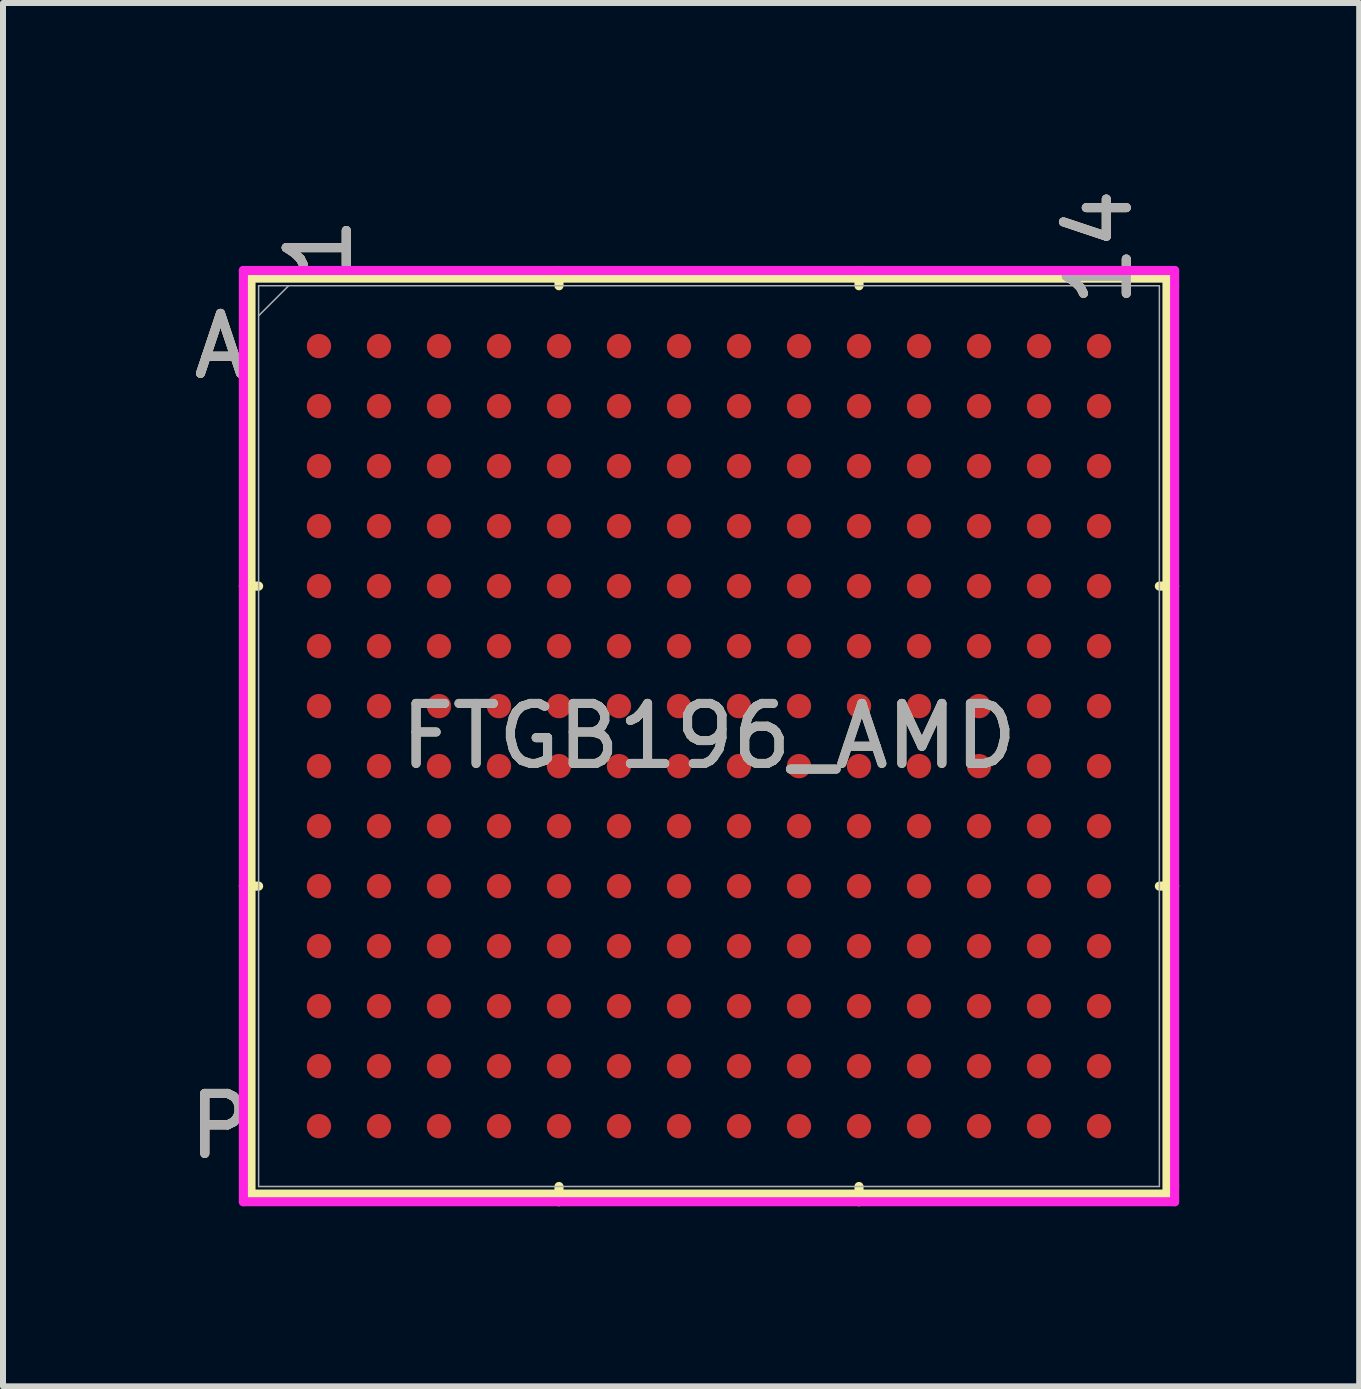
<source format=kicad_pcb>
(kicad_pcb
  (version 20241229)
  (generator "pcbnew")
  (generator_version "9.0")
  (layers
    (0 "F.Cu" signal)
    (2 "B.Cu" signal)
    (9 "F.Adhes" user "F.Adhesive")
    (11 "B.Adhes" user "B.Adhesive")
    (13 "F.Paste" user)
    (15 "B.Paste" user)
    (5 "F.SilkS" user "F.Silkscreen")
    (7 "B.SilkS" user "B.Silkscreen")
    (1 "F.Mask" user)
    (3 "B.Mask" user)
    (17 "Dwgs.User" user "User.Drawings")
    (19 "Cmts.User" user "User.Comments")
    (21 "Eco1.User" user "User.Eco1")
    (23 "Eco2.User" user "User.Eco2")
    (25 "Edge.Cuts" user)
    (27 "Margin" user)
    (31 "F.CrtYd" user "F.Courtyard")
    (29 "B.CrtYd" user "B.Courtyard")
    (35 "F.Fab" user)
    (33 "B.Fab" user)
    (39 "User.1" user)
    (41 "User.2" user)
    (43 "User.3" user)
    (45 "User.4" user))
  (footprint "FTGB196_AMD"
    (layer "F.Cu")
    (at 8.766 9.218)
    (property "Reference" "FTGB196_AMD" (at 0 0 0) (unlocked yes) (layer "F.SilkS") (effects (font (size 1 1) (thickness 0.15))))
    (attr smd)
    (fp_line (start -7.633 -7.633) (end -7.633 7.633) (stroke (width 0.152) (type solid)) (layer "F.SilkS"))
    (fp_line (start -7.633 7.633) (end 7.633 7.633) (stroke (width 0.152) (type solid)) (layer "F.SilkS"))
    (fp_line (start -7.506 -2.5) (end -7.76 -2.5) (stroke (width 0.152) (type solid)) (layer "F.SilkS"))
    (fp_line (start -7.506 2.5) (end -7.76 2.5) (stroke (width 0.152) (type solid)) (layer "F.SilkS"))
    (fp_line (start -2.5 -7.506) (end -2.5 -7.76) (stroke (width 0.152) (type solid)) (layer "F.SilkS"))
    (fp_line (start -2.5 7.506) (end -2.5 7.76) (stroke (width 0.152) (type solid)) (layer "F.SilkS"))
    (fp_line (start 2.5 -7.506) (end 2.5 -7.76) (stroke (width 0.152) (type solid)) (layer "F.SilkS"))
    (fp_line (start 2.5 7.506) (end 2.5 7.76) (stroke (width 0.152) (type solid)) (layer "F.SilkS"))
    (fp_line (start 7.506 -2.5) (end 7.76 -2.5) (stroke (width 0.152) (type solid)) (layer "F.SilkS"))
    (fp_line (start 7.506 2.5) (end 7.76 2.5) (stroke (width 0.152) (type solid)) (layer "F.SilkS"))
    (fp_line (start 7.633 -7.633) (end -7.633 -7.633) (stroke (width 0.152) (type solid)) (layer "F.SilkS"))
    (fp_line (start 7.633 7.633) (end 7.633 -7.633) (stroke (width 0.152) (type solid)) (layer "F.SilkS"))
    (fp_poly (pts (xy -7.508 -7.508) (xy 7.508 -7.508) (xy 7.508 7.508) (xy -7.508 7.508)) (stroke (width 0.1) (type solid)) (fill no) (layer "Eco2.User"))
    (fp_line (start -7.76 -7.76) (end 7.76 -7.76) (stroke (width 0.152) (type solid)) (layer "F.CrtYd"))
    (fp_line (start -7.76 7.76) (end -7.76 -7.76) (stroke (width 0.152) (type solid)) (layer "F.CrtYd"))
    (fp_line (start 7.76 -7.76) (end 7.76 7.76) (stroke (width 0.152) (type solid)) (layer "F.CrtYd"))
    (fp_line (start 7.76 7.76) (end -7.76 7.76) (stroke (width 0.152) (type solid)) (layer "F.CrtYd"))
    (fp_line (start -7.506 -7.506) (end -7.506 7.506) (stroke (width 0.025) (type solid)) (layer "F.Fab"))
    (fp_line (start -7.506 7.506) (end 7.506 7.506) (stroke (width 0.025) (type solid)) (layer "F.Fab"))
    (fp_line (start -7.006 -7.506) (end -7.506 -7.006) (stroke (width 0.025) (type solid)) (layer "F.Fab"))
    (fp_line (start 7.506 -7.506) (end -7.506 -7.506) (stroke (width 0.025) (type solid)) (layer "F.Fab"))
    (fp_line (start 7.506 7.506) (end 7.506 -7.506) (stroke (width 0.025) (type solid)) (layer "F.Fab"))
    (fp_text user "1" (at -6.5 -8.141 90) (unlocked yes) (layer "F.SilkS") (effects (font (size 1 1) (thickness 0.15))))
    (fp_text user "14" (at 6.5 -8.141 90) (unlocked yes) (layer "F.SilkS") (effects (font (size 1 1) (thickness 0.15))))
    (fp_text user "P" (at -8.141 6.5 0) (unlocked yes) (layer "F.SilkS") (effects (font (size 1 1) (thickness 0.15))))
    (fp_text user "A" (at -8.141 -6.5 0) (unlocked yes) (layer "F.SilkS") (effects (font (size 1 1) (thickness 0.15))))
    (fp_text user "A" (at -8.141 -6.5 0) (unlocked yes) (layer "B.SilkS") (effects (font (size 1 1) (thickness 0.15))))
    (fp_text user "1" (at -6.5 -8.141 90) (unlocked yes) (layer "B.SilkS") (effects (font (size 1 1) (thickness 0.15))))
    (fp_text user "P" (at -8.141 6.5 0) (unlocked yes) (layer "B.SilkS") (effects (font (size 1 1) (thickness 0.15))))
    (fp_text user "14" (at 6.5 -8.141 90) (unlocked yes) (layer "B.SilkS") (effects (font (size 1 1) (thickness 0.15))))
    (fp_text user "A" (at -8.141 -6.5 0) (unlocked yes) (layer "F.Fab") (effects (font (size 1 1) (thickness 0.15))))
    (fp_text user "14" (at 6.5 -8.141 90) (unlocked yes) (layer "F.Fab") (effects (font (size 1 1) (thickness 0.15))))
    (fp_text user "P" (at -8.141 6.5 0) (unlocked yes) (layer "F.Fab") (effects (font (size 1 1) (thickness 0.15))))
    (fp_text user "${REFERENCE}" (at 0 0 0) (unlocked yes) (layer "F.Fab") (effects (font (size 1 1) (thickness 0.15))))
    (fp_text user "1" (at -6.5 -8.141 90) (unlocked yes) (layer "F.Fab") (effects (font (size 1 1) (thickness 0.15))))
    (pad "A1" smd circle (at -6.5 -6.5) (size 0.406 0.406) (layers "F.Cu" "F.Mask" "F.Paste"))
    (pad "A2" smd circle (at -5.5 -6.5) (size 0.406 0.406) (layers "F.Cu" "F.Mask" "F.Paste"))
    (pad "A3" smd circle (at -4.5 -6.5) (size 0.406 0.406) (layers "F.Cu" "F.Mask" "F.Paste"))
    (pad "A4" smd circle (at -3.5 -6.5) (size 0.406 0.406) (layers "F.Cu" "F.Mask" "F.Paste"))
    (pad "A5" smd circle (at -2.5 -6.5) (size 0.406 0.406) (layers "F.Cu" "F.Mask" "F.Paste"))
    (pad "A6" smd circle (at -1.5 -6.5) (size 0.406 0.406) (layers "F.Cu" "F.Mask" "F.Paste"))
    (pad "A7" smd circle (at -0.5 -6.5) (size 0.406 0.406) (layers "F.Cu" "F.Mask" "F.Paste"))
    (pad "A8" smd circle (at 0.5 -6.5) (size 0.406 0.406) (layers "F.Cu" "F.Mask" "F.Paste"))
    (pad "A9" smd circle (at 1.5 -6.5) (size 0.406 0.406) (layers "F.Cu" "F.Mask" "F.Paste"))
    (pad "A10" smd circle (at 2.5 -6.5) (size 0.406 0.406) (layers "F.Cu" "F.Mask" "F.Paste"))
    (pad "A11" smd circle (at 3.5 -6.5) (size 0.406 0.406) (layers "F.Cu" "F.Mask" "F.Paste"))
    (pad "A12" smd circle (at 4.5 -6.5) (size 0.406 0.406) (layers "F.Cu" "F.Mask" "F.Paste"))
    (pad "A13" smd circle (at 5.5 -6.5) (size 0.406 0.406) (layers "F.Cu" "F.Mask" "F.Paste"))
    (pad "A14" smd circle (at 6.5 -6.5) (size 0.406 0.406) (layers "F.Cu" "F.Mask" "F.Paste"))
    (pad "B1" smd circle (at -6.5 -5.5) (size 0.406 0.406) (layers "F.Cu" "F.Mask" "F.Paste"))
    (pad "B2" smd circle (at -5.5 -5.5) (size 0.406 0.406) (layers "F.Cu" "F.Mask" "F.Paste"))
    (pad "B3" smd circle (at -4.5 -5.5) (size 0.406 0.406) (layers "F.Cu" "F.Mask" "F.Paste"))
    (pad "B4" smd circle (at -3.5 -5.5) (size 0.406 0.406) (layers "F.Cu" "F.Mask" "F.Paste"))
    (pad "B5" smd circle (at -2.5 -5.5) (size 0.406 0.406) (layers "F.Cu" "F.Mask" "F.Paste"))
    (pad "B6" smd circle (at -1.5 -5.5) (size 0.406 0.406) (layers "F.Cu" "F.Mask" "F.Paste"))
    (pad "B7" smd circle (at -0.5 -5.5) (size 0.406 0.406) (layers "F.Cu" "F.Mask" "F.Paste"))
    (pad "B8" smd circle (at 0.5 -5.5) (size 0.406 0.406) (layers "F.Cu" "F.Mask" "F.Paste"))
    (pad "B9" smd circle (at 1.5 -5.5) (size 0.406 0.406) (layers "F.Cu" "F.Mask" "F.Paste"))
    (pad "B10" smd circle (at 2.5 -5.5) (size 0.406 0.406) (layers "F.Cu" "F.Mask" "F.Paste"))
    (pad "B11" smd circle (at 3.5 -5.5) (size 0.406 0.406) (layers "F.Cu" "F.Mask" "F.Paste"))
    (pad "B12" smd circle (at 4.5 -5.5) (size 0.406 0.406) (layers "F.Cu" "F.Mask" "F.Paste"))
    (pad "B13" smd circle (at 5.5 -5.5) (size 0.406 0.406) (layers "F.Cu" "F.Mask" "F.Paste"))
    (pad "B14" smd circle (at 6.5 -5.5) (size 0.406 0.406) (layers "F.Cu" "F.Mask" "F.Paste"))
    (pad "C1" smd circle (at -6.5 -4.5) (size 0.406 0.406) (layers "F.Cu" "F.Mask" "F.Paste"))
    (pad "C2" smd circle (at -5.5 -4.5) (size 0.406 0.406) (layers "F.Cu" "F.Mask" "F.Paste"))
    (pad "C3" smd circle (at -4.5 -4.5) (size 0.406 0.406) (layers "F.Cu" "F.Mask" "F.Paste"))
    (pad "C4" smd circle (at -3.5 -4.5) (size 0.406 0.406) (layers "F.Cu" "F.Mask" "F.Paste"))
    (pad "C5" smd circle (at -2.5 -4.5) (size 0.406 0.406) (layers "F.Cu" "F.Mask" "F.Paste"))
    (pad "C6" smd circle (at -1.5 -4.5) (size 0.406 0.406) (layers "F.Cu" "F.Mask" "F.Paste"))
    (pad "C7" smd circle (at -0.5 -4.5) (size 0.406 0.406) (layers "F.Cu" "F.Mask" "F.Paste"))
    (pad "C8" smd circle (at 0.5 -4.5) (size 0.406 0.406) (layers "F.Cu" "F.Mask" "F.Paste"))
    (pad "C9" smd circle (at 1.5 -4.5) (size 0.406 0.406) (layers "F.Cu" "F.Mask" "F.Paste"))
    (pad "C10" smd circle (at 2.5 -4.5) (size 0.406 0.406) (layers "F.Cu" "F.Mask" "F.Paste"))
    (pad "C11" smd circle (at 3.5 -4.5) (size 0.406 0.406) (layers "F.Cu" "F.Mask" "F.Paste"))
    (pad "C12" smd circle (at 4.5 -4.5) (size 0.406 0.406) (layers "F.Cu" "F.Mask" "F.Paste"))
    (pad "C13" smd circle (at 5.5 -4.5) (size 0.406 0.406) (layers "F.Cu" "F.Mask" "F.Paste"))
    (pad "C14" smd circle (at 6.5 -4.5) (size 0.406 0.406) (layers "F.Cu" "F.Mask" "F.Paste"))
    (pad "D1" smd circle (at -6.5 -3.5) (size 0.406 0.406) (layers "F.Cu" "F.Mask" "F.Paste"))
    (pad "D2" smd circle (at -5.5 -3.5) (size 0.406 0.406) (layers "F.Cu" "F.Mask" "F.Paste"))
    (pad "D3" smd circle (at -4.5 -3.5) (size 0.406 0.406) (layers "F.Cu" "F.Mask" "F.Paste"))
    (pad "D4" smd circle (at -3.5 -3.5) (size 0.406 0.406) (layers "F.Cu" "F.Mask" "F.Paste"))
    (pad "D5" smd circle (at -2.5 -3.5) (size 0.406 0.406) (layers "F.Cu" "F.Mask" "F.Paste"))
    (pad "D6" smd circle (at -1.5 -3.5) (size 0.406 0.406) (layers "F.Cu" "F.Mask" "F.Paste"))
    (pad "D7" smd circle (at -0.5 -3.5) (size 0.406 0.406) (layers "F.Cu" "F.Mask" "F.Paste"))
    (pad "D8" smd circle (at 0.5 -3.5) (size 0.406 0.406) (layers "F.Cu" "F.Mask" "F.Paste"))
    (pad "D9" smd circle (at 1.5 -3.5) (size 0.406 0.406) (layers "F.Cu" "F.Mask" "F.Paste"))
    (pad "D10" smd circle (at 2.5 -3.5) (size 0.406 0.406) (layers "F.Cu" "F.Mask" "F.Paste"))
    (pad "D11" smd circle (at 3.5 -3.5) (size 0.406 0.406) (layers "F.Cu" "F.Mask" "F.Paste"))
    (pad "D12" smd circle (at 4.5 -3.5) (size 0.406 0.406) (layers "F.Cu" "F.Mask" "F.Paste"))
    (pad "D13" smd circle (at 5.5 -3.5) (size 0.406 0.406) (layers "F.Cu" "F.Mask" "F.Paste"))
    (pad "D14" smd circle (at 6.5 -3.5) (size 0.406 0.406) (layers "F.Cu" "F.Mask" "F.Paste"))
    (pad "E1" smd circle (at -6.5 -2.5) (size 0.406 0.406) (layers "F.Cu" "F.Mask" "F.Paste"))
    (pad "E2" smd circle (at -5.5 -2.5) (size 0.406 0.406) (layers "F.Cu" "F.Mask" "F.Paste"))
    (pad "E3" smd circle (at -4.5 -2.5) (size 0.406 0.406) (layers "F.Cu" "F.Mask" "F.Paste"))
    (pad "E4" smd circle (at -3.5 -2.5) (size 0.406 0.406) (layers "F.Cu" "F.Mask" "F.Paste"))
    (pad "E5" smd circle (at -2.5 -2.5) (size 0.406 0.406) (layers "F.Cu" "F.Mask" "F.Paste"))
    (pad "E6" smd circle (at -1.5 -2.5) (size 0.406 0.406) (layers "F.Cu" "F.Mask" "F.Paste"))
    (pad "E7" smd circle (at -0.5 -2.5) (size 0.406 0.406) (layers "F.Cu" "F.Mask" "F.Paste"))
    (pad "E8" smd circle (at 0.5 -2.5) (size 0.406 0.406) (layers "F.Cu" "F.Mask" "F.Paste"))
    (pad "E9" smd circle (at 1.5 -2.5) (size 0.406 0.406) (layers "F.Cu" "F.Mask" "F.Paste"))
    (pad "E10" smd circle (at 2.5 -2.5) (size 0.406 0.406) (layers "F.Cu" "F.Mask" "F.Paste"))
    (pad "E11" smd circle (at 3.5 -2.5) (size 0.406 0.406) (layers "F.Cu" "F.Mask" "F.Paste"))
    (pad "E12" smd circle (at 4.5 -2.5) (size 0.406 0.406) (layers "F.Cu" "F.Mask" "F.Paste"))
    (pad "E13" smd circle (at 5.5 -2.5) (size 0.406 0.406) (layers "F.Cu" "F.Mask" "F.Paste"))
    (pad "E14" smd circle (at 6.5 -2.5) (size 0.406 0.406) (layers "F.Cu" "F.Mask" "F.Paste"))
    (pad "F1" smd circle (at -6.5 -1.5) (size 0.406 0.406) (layers "F.Cu" "F.Mask" "F.Paste"))
    (pad "F2" smd circle (at -5.5 -1.5) (size 0.406 0.406) (layers "F.Cu" "F.Mask" "F.Paste"))
    (pad "F3" smd circle (at -4.5 -1.5) (size 0.406 0.406) (layers "F.Cu" "F.Mask" "F.Paste"))
    (pad "F4" smd circle (at -3.5 -1.5) (size 0.406 0.406) (layers "F.Cu" "F.Mask" "F.Paste"))
    (pad "F5" smd circle (at -2.5 -1.5) (size 0.406 0.406) (layers "F.Cu" "F.Mask" "F.Paste"))
    (pad "F6" smd circle (at -1.5 -1.5) (size 0.406 0.406) (layers "F.Cu" "F.Mask" "F.Paste"))
    (pad "F7" smd circle (at -0.5 -1.5) (size 0.406 0.406) (layers "F.Cu" "F.Mask" "F.Paste"))
    (pad "F8" smd circle (at 0.5 -1.5) (size 0.406 0.406) (layers "F.Cu" "F.Mask" "F.Paste"))
    (pad "F9" smd circle (at 1.5 -1.5) (size 0.406 0.406) (layers "F.Cu" "F.Mask" "F.Paste"))
    (pad "F10" smd circle (at 2.5 -1.5) (size 0.406 0.406) (layers "F.Cu" "F.Mask" "F.Paste"))
    (pad "F11" smd circle (at 3.5 -1.5) (size 0.406 0.406) (layers "F.Cu" "F.Mask" "F.Paste"))
    (pad "F12" smd circle (at 4.5 -1.5) (size 0.406 0.406) (layers "F.Cu" "F.Mask" "F.Paste"))
    (pad "F13" smd circle (at 5.5 -1.5) (size 0.406 0.406) (layers "F.Cu" "F.Mask" "F.Paste"))
    (pad "F14" smd circle (at 6.5 -1.5) (size 0.406 0.406) (layers "F.Cu" "F.Mask" "F.Paste"))
    (pad "G1" smd circle (at -6.5 -0.5) (size 0.406 0.406) (layers "F.Cu" "F.Mask" "F.Paste"))
    (pad "G2" smd circle (at -5.5 -0.5) (size 0.406 0.406) (layers "F.Cu" "F.Mask" "F.Paste"))
    (pad "G3" smd circle (at -4.5 -0.5) (size 0.406 0.406) (layers "F.Cu" "F.Mask" "F.Paste"))
    (pad "G4" smd circle (at -3.5 -0.5) (size 0.406 0.406) (layers "F.Cu" "F.Mask" "F.Paste"))
    (pad "G5" smd circle (at -2.5 -0.5) (size 0.406 0.406) (layers "F.Cu" "F.Mask" "F.Paste"))
    (pad "G6" smd circle (at -1.5 -0.5) (size 0.406 0.406) (layers "F.Cu" "F.Mask" "F.Paste"))
    (pad "G7" smd circle (at -0.5 -0.5) (size 0.406 0.406) (layers "F.Cu" "F.Mask" "F.Paste"))
    (pad "G8" smd circle (at 0.5 -0.5) (size 0.406 0.406) (layers "F.Cu" "F.Mask" "F.Paste"))
    (pad "G9" smd circle (at 1.5 -0.5) (size 0.406 0.406) (layers "F.Cu" "F.Mask" "F.Paste"))
    (pad "G10" smd circle (at 2.5 -0.5) (size 0.406 0.406) (layers "F.Cu" "F.Mask" "F.Paste"))
    (pad "G11" smd circle (at 3.5 -0.5) (size 0.406 0.406) (layers "F.Cu" "F.Mask" "F.Paste"))
    (pad "G12" smd circle (at 4.5 -0.5) (size 0.406 0.406) (layers "F.Cu" "F.Mask" "F.Paste"))
    (pad "G13" smd circle (at 5.5 -0.5) (size 0.406 0.406) (layers "F.Cu" "F.Mask" "F.Paste"))
    (pad "G14" smd circle (at 6.5 -0.5) (size 0.406 0.406) (layers "F.Cu" "F.Mask" "F.Paste"))
    (pad "H1" smd circle (at -6.5 0.5) (size 0.406 0.406) (layers "F.Cu" "F.Mask" "F.Paste"))
    (pad "H2" smd circle (at -5.5 0.5) (size 0.406 0.406) (layers "F.Cu" "F.Mask" "F.Paste"))
    (pad "H3" smd circle (at -4.5 0.5) (size 0.406 0.406) (layers "F.Cu" "F.Mask" "F.Paste"))
    (pad "H4" smd circle (at -3.5 0.5) (size 0.406 0.406) (layers "F.Cu" "F.Mask" "F.Paste"))
    (pad "H5" smd circle (at -2.5 0.5) (size 0.406 0.406) (layers "F.Cu" "F.Mask" "F.Paste"))
    (pad "H6" smd circle (at -1.5 0.5) (size 0.406 0.406) (layers "F.Cu" "F.Mask" "F.Paste"))
    (pad "H7" smd circle (at -0.5 0.5) (size 0.406 0.406) (layers "F.Cu" "F.Mask" "F.Paste"))
    (pad "H8" smd circle (at 0.5 0.5) (size 0.406 0.406) (layers "F.Cu" "F.Mask" "F.Paste"))
    (pad "H9" smd circle (at 1.5 0.5) (size 0.406 0.406) (layers "F.Cu" "F.Mask" "F.Paste"))
    (pad "H10" smd circle (at 2.5 0.5) (size 0.406 0.406) (layers "F.Cu" "F.Mask" "F.Paste"))
    (pad "H11" smd circle (at 3.5 0.5) (size 0.406 0.406) (layers "F.Cu" "F.Mask" "F.Paste"))
    (pad "H12" smd circle (at 4.5 0.5) (size 0.406 0.406) (layers "F.Cu" "F.Mask" "F.Paste"))
    (pad "H13" smd circle (at 5.5 0.5) (size 0.406 0.406) (layers "F.Cu" "F.Mask" "F.Paste"))
    (pad "H14" smd circle (at 6.5 0.5) (size 0.406 0.406) (layers "F.Cu" "F.Mask" "F.Paste"))
    (pad "J1" smd circle (at -6.5 1.5) (size 0.406 0.406) (layers "F.Cu" "F.Mask" "F.Paste"))
    (pad "J2" smd circle (at -5.5 1.5) (size 0.406 0.406) (layers "F.Cu" "F.Mask" "F.Paste"))
    (pad "J3" smd circle (at -4.5 1.5) (size 0.406 0.406) (layers "F.Cu" "F.Mask" "F.Paste"))
    (pad "J4" smd circle (at -3.5 1.5) (size 0.406 0.406) (layers "F.Cu" "F.Mask" "F.Paste"))
    (pad "J5" smd circle (at -2.5 1.5) (size 0.406 0.406) (layers "F.Cu" "F.Mask" "F.Paste"))
    (pad "J6" smd circle (at -1.5 1.5) (size 0.406 0.406) (layers "F.Cu" "F.Mask" "F.Paste"))
    (pad "J7" smd circle (at -0.5 1.5) (size 0.406 0.406) (layers "F.Cu" "F.Mask" "F.Paste"))
    (pad "J8" smd circle (at 0.5 1.5) (size 0.406 0.406) (layers "F.Cu" "F.Mask" "F.Paste"))
    (pad "J9" smd circle (at 1.5 1.5) (size 0.406 0.406) (layers "F.Cu" "F.Mask" "F.Paste"))
    (pad "J10" smd circle (at 2.5 1.5) (size 0.406 0.406) (layers "F.Cu" "F.Mask" "F.Paste"))
    (pad "J11" smd circle (at 3.5 1.5) (size 0.406 0.406) (layers "F.Cu" "F.Mask" "F.Paste"))
    (pad "J12" smd circle (at 4.5 1.5) (size 0.406 0.406) (layers "F.Cu" "F.Mask" "F.Paste"))
    (pad "J13" smd circle (at 5.5 1.5) (size 0.406 0.406) (layers "F.Cu" "F.Mask" "F.Paste"))
    (pad "J14" smd circle (at 6.5 1.5) (size 0.406 0.406) (layers "F.Cu" "F.Mask" "F.Paste"))
    (pad "K1" smd circle (at -6.5 2.5) (size 0.406 0.406) (layers "F.Cu" "F.Mask" "F.Paste"))
    (pad "K2" smd circle (at -5.5 2.5) (size 0.406 0.406) (layers "F.Cu" "F.Mask" "F.Paste"))
    (pad "K3" smd circle (at -4.5 2.5) (size 0.406 0.406) (layers "F.Cu" "F.Mask" "F.Paste"))
    (pad "K4" smd circle (at -3.5 2.5) (size 0.406 0.406) (layers "F.Cu" "F.Mask" "F.Paste"))
    (pad "K5" smd circle (at -2.5 2.5) (size 0.406 0.406) (layers "F.Cu" "F.Mask" "F.Paste"))
    (pad "K6" smd circle (at -1.5 2.5) (size 0.406 0.406) (layers "F.Cu" "F.Mask" "F.Paste"))
    (pad "K7" smd circle (at -0.5 2.5) (size 0.406 0.406) (layers "F.Cu" "F.Mask" "F.Paste"))
    (pad "K8" smd circle (at 0.5 2.5) (size 0.406 0.406) (layers "F.Cu" "F.Mask" "F.Paste"))
    (pad "K9" smd circle (at 1.5 2.5) (size 0.406 0.406) (layers "F.Cu" "F.Mask" "F.Paste"))
    (pad "K10" smd circle (at 2.5 2.5) (size 0.406 0.406) (layers "F.Cu" "F.Mask" "F.Paste"))
    (pad "K11" smd circle (at 3.5 2.5) (size 0.406 0.406) (layers "F.Cu" "F.Mask" "F.Paste"))
    (pad "K12" smd circle (at 4.5 2.5) (size 0.406 0.406) (layers "F.Cu" "F.Mask" "F.Paste"))
    (pad "K13" smd circle (at 5.5 2.5) (size 0.406 0.406) (layers "F.Cu" "F.Mask" "F.Paste"))
    (pad "K14" smd circle (at 6.5 2.5) (size 0.406 0.406) (layers "F.Cu" "F.Mask" "F.Paste"))
    (pad "L1" smd circle (at -6.5 3.5) (size 0.406 0.406) (layers "F.Cu" "F.Mask" "F.Paste"))
    (pad "L2" smd circle (at -5.5 3.5) (size 0.406 0.406) (layers "F.Cu" "F.Mask" "F.Paste"))
    (pad "L3" smd circle (at -4.5 3.5) (size 0.406 0.406) (layers "F.Cu" "F.Mask" "F.Paste"))
    (pad "L4" smd circle (at -3.5 3.5) (size 0.406 0.406) (layers "F.Cu" "F.Mask" "F.Paste"))
    (pad "L5" smd circle (at -2.5 3.5) (size 0.406 0.406) (layers "F.Cu" "F.Mask" "F.Paste"))
    (pad "L6" smd circle (at -1.5 3.5) (size 0.406 0.406) (layers "F.Cu" "F.Mask" "F.Paste"))
    (pad "L7" smd circle (at -0.5 3.5) (size 0.406 0.406) (layers "F.Cu" "F.Mask" "F.Paste"))
    (pad "L8" smd circle (at 0.5 3.5) (size 0.406 0.406) (layers "F.Cu" "F.Mask" "F.Paste"))
    (pad "L9" smd circle (at 1.5 3.5) (size 0.406 0.406) (layers "F.Cu" "F.Mask" "F.Paste"))
    (pad "L10" smd circle (at 2.5 3.5) (size 0.406 0.406) (layers "F.Cu" "F.Mask" "F.Paste"))
    (pad "L11" smd circle (at 3.5 3.5) (size 0.406 0.406) (layers "F.Cu" "F.Mask" "F.Paste"))
    (pad "L12" smd circle (at 4.5 3.5) (size 0.406 0.406) (layers "F.Cu" "F.Mask" "F.Paste"))
    (pad "L13" smd circle (at 5.5 3.5) (size 0.406 0.406) (layers "F.Cu" "F.Mask" "F.Paste"))
    (pad "L14" smd circle (at 6.5 3.5) (size 0.406 0.406) (layers "F.Cu" "F.Mask" "F.Paste"))
    (pad "M1" smd circle (at -6.5 4.5) (size 0.406 0.406) (layers "F.Cu" "F.Mask" "F.Paste"))
    (pad "M2" smd circle (at -5.5 4.5) (size 0.406 0.406) (layers "F.Cu" "F.Mask" "F.Paste"))
    (pad "M3" smd circle (at -4.5 4.5) (size 0.406 0.406) (layers "F.Cu" "F.Mask" "F.Paste"))
    (pad "M4" smd circle (at -3.5 4.5) (size 0.406 0.406) (layers "F.Cu" "F.Mask" "F.Paste"))
    (pad "M5" smd circle (at -2.5 4.5) (size 0.406 0.406) (layers "F.Cu" "F.Mask" "F.Paste"))
    (pad "M6" smd circle (at -1.5 4.5) (size 0.406 0.406) (layers "F.Cu" "F.Mask" "F.Paste"))
    (pad "M7" smd circle (at -0.5 4.5) (size 0.406 0.406) (layers "F.Cu" "F.Mask" "F.Paste"))
    (pad "M8" smd circle (at 0.5 4.5) (size 0.406 0.406) (layers "F.Cu" "F.Mask" "F.Paste"))
    (pad "M9" smd circle (at 1.5 4.5) (size 0.406 0.406) (layers "F.Cu" "F.Mask" "F.Paste"))
    (pad "M10" smd circle (at 2.5 4.5) (size 0.406 0.406) (layers "F.Cu" "F.Mask" "F.Paste"))
    (pad "M11" smd circle (at 3.5 4.5) (size 0.406 0.406) (layers "F.Cu" "F.Mask" "F.Paste"))
    (pad "M12" smd circle (at 4.5 4.5) (size 0.406 0.406) (layers "F.Cu" "F.Mask" "F.Paste"))
    (pad "M13" smd circle (at 5.5 4.5) (size 0.406 0.406) (layers "F.Cu" "F.Mask" "F.Paste"))
    (pad "M14" smd circle (at 6.5 4.5) (size 0.406 0.406) (layers "F.Cu" "F.Mask" "F.Paste"))
    (pad "N1" smd circle (at -6.5 5.5) (size 0.406 0.406) (layers "F.Cu" "F.Mask" "F.Paste"))
    (pad "N2" smd circle (at -5.5 5.5) (size 0.406 0.406) (layers "F.Cu" "F.Mask" "F.Paste"))
    (pad "N3" smd circle (at -4.5 5.5) (size 0.406 0.406) (layers "F.Cu" "F.Mask" "F.Paste"))
    (pad "N4" smd circle (at -3.5 5.5) (size 0.406 0.406) (layers "F.Cu" "F.Mask" "F.Paste"))
    (pad "N5" smd circle (at -2.5 5.5) (size 0.406 0.406) (layers "F.Cu" "F.Mask" "F.Paste"))
    (pad "N6" smd circle (at -1.5 5.5) (size 0.406 0.406) (layers "F.Cu" "F.Mask" "F.Paste"))
    (pad "N7" smd circle (at -0.5 5.5) (size 0.406 0.406) (layers "F.Cu" "F.Mask" "F.Paste"))
    (pad "N8" smd circle (at 0.5 5.5) (size 0.406 0.406) (layers "F.Cu" "F.Mask" "F.Paste"))
    (pad "N9" smd circle (at 1.5 5.5) (size 0.406 0.406) (layers "F.Cu" "F.Mask" "F.Paste"))
    (pad "N10" smd circle (at 2.5 5.5) (size 0.406 0.406) (layers "F.Cu" "F.Mask" "F.Paste"))
    (pad "N11" smd circle (at 3.5 5.5) (size 0.406 0.406) (layers "F.Cu" "F.Mask" "F.Paste"))
    (pad "N12" smd circle (at 4.5 5.5) (size 0.406 0.406) (layers "F.Cu" "F.Mask" "F.Paste"))
    (pad "N13" smd circle (at 5.5 5.5) (size 0.406 0.406) (layers "F.Cu" "F.Mask" "F.Paste"))
    (pad "N14" smd circle (at 6.5 5.5) (size 0.406 0.406) (layers "F.Cu" "F.Mask" "F.Paste"))
    (pad "P1" smd circle (at -6.5 6.5) (size 0.406 0.406) (layers "F.Cu" "F.Mask" "F.Paste"))
    (pad "P2" smd circle (at -5.5 6.5) (size 0.406 0.406) (layers "F.Cu" "F.Mask" "F.Paste"))
    (pad "P3" smd circle (at -4.5 6.5) (size 0.406 0.406) (layers "F.Cu" "F.Mask" "F.Paste"))
    (pad "P4" smd circle (at -3.5 6.5) (size 0.406 0.406) (layers "F.Cu" "F.Mask" "F.Paste"))
    (pad "P5" smd circle (at -2.5 6.5) (size 0.406 0.406) (layers "F.Cu" "F.Mask" "F.Paste"))
    (pad "P6" smd circle (at -1.5 6.5) (size 0.406 0.406) (layers "F.Cu" "F.Mask" "F.Paste"))
    (pad "P7" smd circle (at -0.5 6.5) (size 0.406 0.406) (layers "F.Cu" "F.Mask" "F.Paste"))
    (pad "P8" smd circle (at 0.5 6.5) (size 0.406 0.406) (layers "F.Cu" "F.Mask" "F.Paste"))
    (pad "P9" smd circle (at 1.5 6.5) (size 0.406 0.406) (layers "F.Cu" "F.Mask" "F.Paste"))
    (pad "P10" smd circle (at 2.5 6.5) (size 0.406 0.406) (layers "F.Cu" "F.Mask" "F.Paste"))
    (pad "P11" smd circle (at 3.5 6.5) (size 0.406 0.406) (layers "F.Cu" "F.Mask" "F.Paste"))
    (pad "P12" smd circle (at 4.5 6.5) (size 0.406 0.406) (layers "F.Cu" "F.Mask" "F.Paste"))
    (pad "P13" smd circle (at 5.5 6.5) (size 0.406 0.406) (layers "F.Cu" "F.Mask" "F.Paste"))
    (pad "P14" smd circle (at 6.5 6.5) (size 0.406 0.406) (layers "F.Cu" "F.Mask" "F.Paste")))
  (gr_rect
    (start -3 -3)
    (end 19.602 20.054)
    (stroke (width 0.1) (type default))
    (fill no)
    (layer "Edge.Cuts")))
</source>
